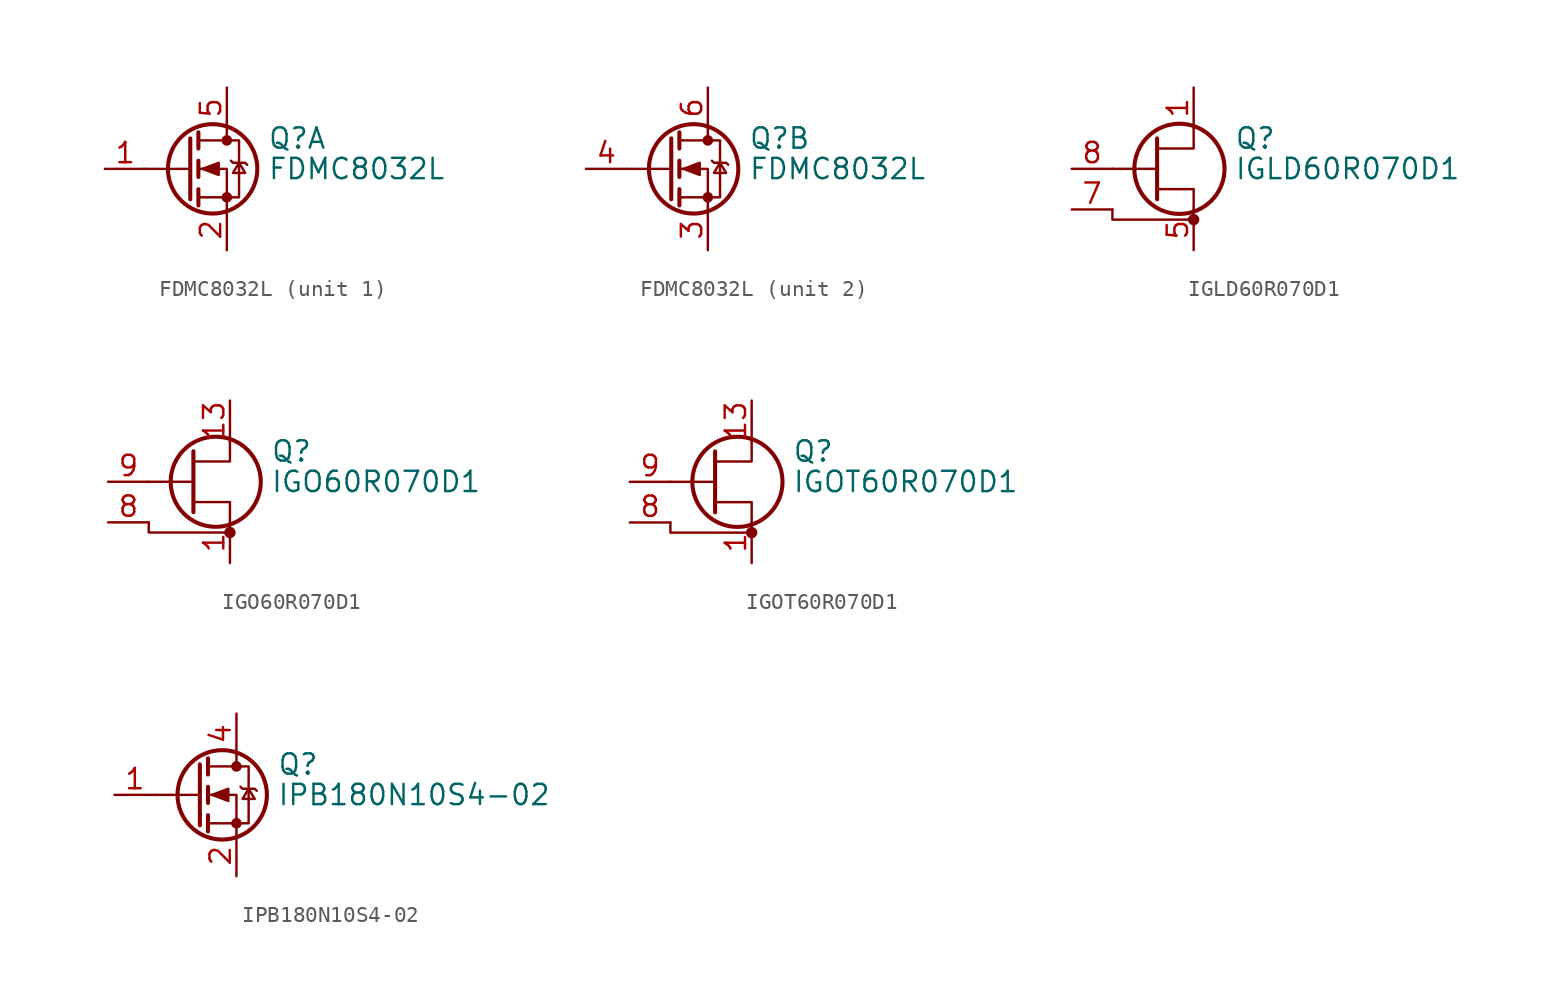
<source format=kicad_sym>
(kicad_symbol_lib
  (version 20241209)
  (generator "kicad_symbol_editor")
  (generator_version "9.0")
  (symbol "FDMC8032L"
    (pin_names
      (hide yes))
    (property "Reference" "Q"
      (at 5.08 1.905 0)
      (effects (font (size 1.27 1.27)) (justify left)))
    (property "Value" "FDMC8032L"
      (at 5.08 0 0)
      (effects (font (size 1.27 1.27)) (justify left)))
    (symbol "FDMC8032L_0_1"
      (polyline (pts (xy 0.254 1.905) (xy 0.254 -1.905)) (stroke (width 0.254) (type default)) (fill (type none)))
      (polyline (pts (xy 0.254 0) (xy -2.54 0)) (stroke (width 0) (type default)) (fill (type none)))
      (polyline (pts (xy 0.762 2.286) (xy 0.762 1.27)) (stroke (width 0.254) (type default)) (fill (type none)))
      (polyline (pts (xy 0.762 0.508) (xy 0.762 -0.508)) (stroke (width 0.254) (type default)) (fill (type none)))
      (polyline (pts (xy 0.762 -1.27) (xy 0.762 -2.286)) (stroke (width 0.254) (type default)) (fill (type none)))
      (polyline (pts (xy 0.762 -1.778) (xy 3.302 -1.778) (xy 3.302 1.778) (xy 0.762 1.778)) (stroke (width 0) (type default)) (fill (type none)))
      (polyline (pts (xy 1.016 0) (xy 2.032 0.381) (xy 2.032 -0.381) (xy 1.016 0)) (stroke (width 0) (type default)) (fill (type outline)))
      (circle (center 1.651 0) (radius 2.794) (stroke (width 0.254) (type default)) (fill (type none)))
      (polyline (pts (xy 2.54 2.54) (xy 2.54 1.778)) (stroke (width 0) (type default)) (fill (type none)))
      (circle (center 2.54 1.778) (radius 0.254) (stroke (width 0) (type default)) (fill (type outline)))
      (circle (center 2.54 -1.778) (radius 0.254) (stroke (width 0) (type default)) (fill (type outline)))
      (polyline (pts (xy 2.54 -2.54) (xy 2.54 0) (xy 0.762 0)) (stroke (width 0) (type default)) (fill (type none)))
      (polyline (pts (xy 2.794 0.508) (xy 2.921 0.381) (xy 3.683 0.381) (xy 3.81 0.254)) (stroke (width 0) (type default)) (fill (type none)))
      (polyline (pts (xy 3.302 0.381) (xy 2.921 -0.254) (xy 3.683 -0.254) (xy 3.302 0.381)) (stroke (width 0) (type default)) (fill (type none))))
    (symbol "FDMC8032L_1_1"
      (pin passive line (at -5.08 0 0) (length 2.54) (name "G1" (effects (font (size 1.27 1.27)))) (number "1" (effects (font (size 1.27 1.27)))))
      (pin passive line (at 2.54 5.08 270) (length 2.54) (name "D1" (effects (font (size 1.27 1.27)))) (number "5" (effects (font (size 1.27 1.27)))))
      (pin passive line (at 2.54 -5.08 90) (length 2.54) (name "S1" (effects (font (size 1.27 1.27)))) (number "2" (effects (font (size 1.27 1.27))))))
    (symbol "FDMC8032L_2_1"
      (pin passive line (at -5.08 0 0) (length 2.54) (name "G2" (effects (font (size 1.27 1.27)))) (number "4" (effects (font (size 1.27 1.27)))))
      (pin passive line (at 2.54 5.08 270) (length 2.54) (name "D2" (effects (font (size 1.27 1.27)))) (number "6" (effects (font (size 1.27 1.27)))))
      (pin passive line (at 2.54 -5.08 90) (length 2.54) (name "S2" (effects (font (size 1.27 1.27)))) (number "3" (effects (font (size 1.27 1.27)))))))
  (symbol "IGLD60R070D1"
    (pin_names
      (offset 0)
      (hide yes))
    (property "Reference" "Q"
      (at 5.08 1.905 0)
      (effects (font (size 1.27 1.27)) (justify left)))
    (property "Value" "IGLD60R070D1"
      (at 5.08 0 0)
      (effects (font (size 1.27 1.27)) (justify left)))
    (symbol "IGLD60R070D1_0_1"
      (polyline (pts (xy -2.54 0) (xy 0.254 0)) (stroke (width 0) (type default)) (fill (type none)))
      (polyline (pts (xy -2.54 -2.54) (xy -2.54 -3.175) (xy 2.54 -3.175)) (stroke (width 0) (type default)) (fill (type none)))
      (polyline (pts (xy 0.254 1.905) (xy 0.254 -1.905) (xy 0.254 -1.905)) (stroke (width 0.254) (type default)) (fill (type none)))
      (polyline (pts (xy 0.254 -1.27) (xy 2.54 -1.27) (xy 2.54 -2.54)) (stroke (width 0) (type default)) (fill (type none)))
      (circle (center 1.651 0) (radius 2.819) (stroke (width 0.254) (type default)) (fill (type none)))
      (polyline (pts (xy 2.54 2.54) (xy 2.54 1.27) (xy 0.254 1.27)) (stroke (width 0) (type default)) (fill (type none)))
      (circle (center 2.54 -3.175) (radius 0.279) (stroke (width 0) (type default)) (fill (type outline))))
    (symbol "IGLD60R070D1_1_1"
      (pin input line (at -5.08 0 0) (length 2.54) (name "G" (effects (font (size 1.27 1.27)))) (number "8" (effects (font (size 1.27 1.27)))))
      (pin passive line (at -5.08 -2.54 0) (length 2.54) (name "SS" (effects (font (size 1.27 1.27)))) (number "7" (effects (font (size 1.27 1.27)))))
      (pin passive line (at 2.54 5.08 270) (length 2.54) (name "D" (effects (font (size 1.27 1.27)))) (number "1" (effects (font (size 1.27 1.27)))))
      (pin passive line (at 2.54 5.08 270) (length 2.54) (hide yes) (name "D" (effects (font (size 1.27 1.27)))) (number "2" (effects (font (size 1.27 1.27)))))
      (pin passive line (at 2.54 5.08 270) (length 2.54) (hide yes) (name "D" (effects (font (size 1.27 1.27)))) (number "3" (effects (font (size 1.27 1.27)))))
      (pin passive line (at 2.54 5.08 270) (length 2.54) (hide yes) (name "D" (effects (font (size 1.27 1.27)))) (number "4" (effects (font (size 1.27 1.27)))))
      (pin passive line (at 2.54 -5.08 90) (length 2.54) (name "S" (effects (font (size 1.27 1.27)))) (number "5" (effects (font (size 1.27 1.27)))))
      (pin passive line (at 2.54 -5.08 90) (length 2.54) (hide yes) (name "S" (effects (font (size 1.27 1.27)))) (number "6" (effects (font (size 1.27 1.27)))))
      (pin passive line (at 2.54 -5.08 90) (length 2.54) (hide yes) (name "S" (effects (font (size 1.27 1.27)))) (number "9" (effects (font (size 1.27 1.27)))))))
  (symbol "IGO60R070D1"
    (pin_names
      (offset 0)
      (hide yes))
    (property "Reference" "Q"
      (at 5.08 1.905 0)
      (effects (font (size 1.27 1.27)) (justify left)))
    (property "Value" "IGO60R070D1"
      (at 5.08 0 0)
      (effects (font (size 1.27 1.27)) (justify left)))
    (symbol "IGO60R070D1_0_1"
      (polyline (pts (xy -2.54 0) (xy 0.254 0)) (stroke (width 0) (type default)) (fill (type none)))
      (polyline (pts (xy -2.54 -2.54) (xy -2.54 -3.175) (xy 2.54 -3.175)) (stroke (width 0) (type default)) (fill (type none)))
      (polyline (pts (xy 0.254 1.905) (xy 0.254 -1.905) (xy 0.254 -1.905)) (stroke (width 0.254) (type default)) (fill (type none)))
      (polyline (pts (xy 0.254 -1.27) (xy 2.54 -1.27) (xy 2.54 -2.54)) (stroke (width 0) (type default)) (fill (type none)))
      (circle (center 1.651 0) (radius 2.819) (stroke (width 0.254) (type default)) (fill (type none)))
      (polyline (pts (xy 2.54 2.54) (xy 2.54 1.27) (xy 0.254 1.27)) (stroke (width 0) (type default)) (fill (type none)))
      (circle (center 2.54 -3.175) (radius 0.279) (stroke (width 0) (type default)) (fill (type outline))))
    (symbol "IGO60R070D1_1_1"
      (pin input line (at -5.08 0 0) (length 2.54) (hide yes) (name "G" (effects (font (size 1.27 1.27)))) (number "10" (effects (font (size 1.27 1.27)))))
      (pin input line (at -5.08 0 0) (length 2.54) (name "G" (effects (font (size 1.27 1.27)))) (number "9" (effects (font (size 1.27 1.27)))))
      (pin passive line (at -5.08 -2.54 0) (length 2.54) (name "SS" (effects (font (size 1.27 1.27)))) (number "8" (effects (font (size 1.27 1.27)))))
      (pin passive line (at 2.54 5.08 270) (length 2.54) (name "D" (effects (font (size 1.27 1.27)))) (number "13" (effects (font (size 1.27 1.27)))))
      (pin passive line (at 2.54 5.08 270) (length 2.54) (hide yes) (name "D" (effects (font (size 1.27 1.27)))) (number "14" (effects (font (size 1.27 1.27)))))
      (pin passive line (at 2.54 5.08 270) (length 2.54) (hide yes) (name "D" (effects (font (size 1.27 1.27)))) (number "15" (effects (font (size 1.27 1.27)))))
      (pin passive line (at 2.54 5.08 270) (length 2.54) (hide yes) (name "D" (effects (font (size 1.27 1.27)))) (number "16" (effects (font (size 1.27 1.27)))))
      (pin passive line (at 2.54 5.08 270) (length 2.54) (hide yes) (name "D" (effects (font (size 1.27 1.27)))) (number "17" (effects (font (size 1.27 1.27)))))
      (pin passive line (at 2.54 5.08 270) (length 2.54) (hide yes) (name "D" (effects (font (size 1.27 1.27)))) (number "18" (effects (font (size 1.27 1.27)))))
      (pin passive line (at 2.54 -5.08 90) (length 2.54) (name "S" (effects (font (size 1.27 1.27)))) (number "1" (effects (font (size 1.27 1.27)))))
      (pin passive line (at 2.54 -5.08 90) (length 2.54) (hide yes) (name "S" (effects (font (size 1.27 1.27)))) (number "2" (effects (font (size 1.27 1.27)))))
      (pin passive line (at 2.54 -5.08 90) (length 2.54) (hide yes) (name "S" (effects (font (size 1.27 1.27)))) (number "21" (effects (font (size 1.27 1.27)))))
      (pin passive line (at 2.54 -5.08 90) (length 2.54) (hide yes) (name "S" (effects (font (size 1.27 1.27)))) (number "3" (effects (font (size 1.27 1.27)))))
      (pin passive line (at 2.54 -5.08 90) (length 2.54) (hide yes) (name "S" (effects (font (size 1.27 1.27)))) (number "4" (effects (font (size 1.27 1.27)))))
      (pin passive line (at 2.54 -5.08 90) (length 2.54) (hide yes) (name "S" (effects (font (size 1.27 1.27)))) (number "5" (effects (font (size 1.27 1.27)))))
      (pin passive line (at 2.54 -5.08 90) (length 2.54) (hide yes) (name "S" (effects (font (size 1.27 1.27)))) (number "6" (effects (font (size 1.27 1.27)))))
      (pin passive line (at 2.54 -5.08 90) (length 2.54) (hide yes) (name "S" (effects (font (size 1.27 1.27)))) (number "7" (effects (font (size 1.27 1.27)))))))
  (symbol "IGOT60R070D1"
    (pin_names
      (offset 0)
      (hide yes))
    (property "Reference" "Q"
      (at 5.08 1.905 0)
      (effects (font (size 1.27 1.27)) (justify left)))
    (property "Value" "IGOT60R070D1"
      (at 5.08 0 0)
      (effects (font (size 1.27 1.27)) (justify left)))
    (symbol "IGOT60R070D1_0_1"
      (polyline (pts (xy -2.54 0) (xy 0.254 0)) (stroke (width 0) (type default)) (fill (type none)))
      (polyline (pts (xy -2.54 -2.54) (xy -2.54 -3.175) (xy 2.54 -3.175)) (stroke (width 0) (type default)) (fill (type none)))
      (polyline (pts (xy 0.254 1.905) (xy 0.254 -1.905) (xy 0.254 -1.905)) (stroke (width 0.254) (type default)) (fill (type none)))
      (polyline (pts (xy 0.254 -1.27) (xy 2.54 -1.27) (xy 2.54 -2.54)) (stroke (width 0) (type default)) (fill (type none)))
      (circle (center 1.651 0) (radius 2.819) (stroke (width 0.254) (type default)) (fill (type none)))
      (polyline (pts (xy 2.54 2.54) (xy 2.54 1.27) (xy 0.254 1.27)) (stroke (width 0) (type default)) (fill (type none)))
      (circle (center 2.54 -3.175) (radius 0.279) (stroke (width 0) (type default)) (fill (type outline))))
    (symbol "IGOT60R070D1_1_1"
      (pin input line (at -5.08 0 0) (length 2.54) (hide yes) (name "G" (effects (font (size 1.27 1.27)))) (number "10" (effects (font (size 1.27 1.27)))))
      (pin input line (at -5.08 0 0) (length 2.54) (name "G" (effects (font (size 1.27 1.27)))) (number "9" (effects (font (size 1.27 1.27)))))
      (pin passive line (at -5.08 -2.54 0) (length 2.54) (name "SS" (effects (font (size 1.27 1.27)))) (number "8" (effects (font (size 1.27 1.27)))))
      (pin passive line (at 2.54 5.08 270) (length 2.54) (name "D" (effects (font (size 1.27 1.27)))) (number "13" (effects (font (size 1.27 1.27)))))
      (pin passive line (at 2.54 5.08 270) (length 2.54) (hide yes) (name "D" (effects (font (size 1.27 1.27)))) (number "14" (effects (font (size 1.27 1.27)))))
      (pin passive line (at 2.54 5.08 270) (length 2.54) (hide yes) (name "D" (effects (font (size 1.27 1.27)))) (number "15" (effects (font (size 1.27 1.27)))))
      (pin passive line (at 2.54 5.08 270) (length 2.54) (hide yes) (name "D" (effects (font (size 1.27 1.27)))) (number "16" (effects (font (size 1.27 1.27)))))
      (pin passive line (at 2.54 5.08 270) (length 2.54) (hide yes) (name "D" (effects (font (size 1.27 1.27)))) (number "17" (effects (font (size 1.27 1.27)))))
      (pin passive line (at 2.54 5.08 270) (length 2.54) (hide yes) (name "D" (effects (font (size 1.27 1.27)))) (number "18" (effects (font (size 1.27 1.27)))))
      (pin passive line (at 2.54 -5.08 90) (length 2.54) (name "S" (effects (font (size 1.27 1.27)))) (number "1" (effects (font (size 1.27 1.27)))))
      (pin passive line (at 2.54 -5.08 90) (length 2.54) (hide yes) (name "S" (effects (font (size 1.27 1.27)))) (number "2" (effects (font (size 1.27 1.27)))))
      (pin passive line (at 2.54 -5.08 90) (length 2.54) (hide yes) (name "S" (effects (font (size 1.27 1.27)))) (number "3" (effects (font (size 1.27 1.27)))))
      (pin passive line (at 2.54 -5.08 90) (length 2.54) (hide yes) (name "S" (effects (font (size 1.27 1.27)))) (number "4" (effects (font (size 1.27 1.27)))))
      (pin passive line (at 2.54 -5.08 90) (length 2.54) (hide yes) (name "S" (effects (font (size 1.27 1.27)))) (number "5" (effects (font (size 1.27 1.27)))))
      (pin passive line (at 2.54 -5.08 90) (length 2.54) (hide yes) (name "S" (effects (font (size 1.27 1.27)))) (number "6" (effects (font (size 1.27 1.27)))))
      (pin passive line (at 2.54 -5.08 90) (length 2.54) (hide yes) (name "S" (effects (font (size 1.27 1.27)))) (number "7" (effects (font (size 1.27 1.27)))))))
  (symbol "IPB180N10S4-02"
    (pin_names
      (hide yes))
    (property "Reference" "Q"
      (at 5.08 1.905 0)
      (effects (font (size 1.27 1.27)) (justify left)))
    (property "Value" "IPB180N10S4-02"
      (at 5.08 0 0)
      (effects (font (size 1.27 1.27)) (justify left)))
    (symbol "IPB180N10S4-02_0_1"
      (polyline (pts (xy 0.254 1.905) (xy 0.254 -1.905)) (stroke (width 0.254) (type default)) (fill (type none)))
      (polyline (pts (xy 0.254 0) (xy -2.54 0)) (stroke (width 0) (type default)) (fill (type none)))
      (polyline (pts (xy 0.762 2.286) (xy 0.762 1.27)) (stroke (width 0.254) (type default)) (fill (type none)))
      (polyline (pts (xy 0.762 0.508) (xy 0.762 -0.508)) (stroke (width 0.254) (type default)) (fill (type none)))
      (polyline (pts (xy 0.762 -1.27) (xy 0.762 -2.286)) (stroke (width 0.254) (type default)) (fill (type none)))
      (polyline (pts (xy 0.762 -1.778) (xy 3.302 -1.778) (xy 3.302 1.778) (xy 0.762 1.778)) (stroke (width 0) (type default)) (fill (type none)))
      (polyline (pts (xy 1.016 0) (xy 2.032 0.381) (xy 2.032 -0.381) (xy 1.016 0)) (stroke (width 0) (type default)) (fill (type outline)))
      (circle (center 1.651 0) (radius 2.794) (stroke (width 0.254) (type default)) (fill (type none)))
      (polyline (pts (xy 2.54 2.54) (xy 2.54 1.778)) (stroke (width 0) (type default)) (fill (type none)))
      (circle (center 2.54 1.778) (radius 0.254) (stroke (width 0) (type default)) (fill (type outline)))
      (circle (center 2.54 -1.778) (radius 0.254) (stroke (width 0) (type default)) (fill (type outline)))
      (polyline (pts (xy 2.54 -2.54) (xy 2.54 0) (xy 0.762 0)) (stroke (width 0) (type default)) (fill (type none)))
      (polyline (pts (xy 2.794 0.508) (xy 2.921 0.381) (xy 3.683 0.381) (xy 3.81 0.254)) (stroke (width 0) (type default)) (fill (type none)))
      (polyline (pts (xy 3.302 0.381) (xy 2.921 -0.254) (xy 3.683 -0.254) (xy 3.302 0.381)) (stroke (width 0) (type default)) (fill (type none))))
    (symbol "IPB180N10S4-02_1_1"
      (pin passive line (at -5.08 0 0) (length 2.54) (name "G" (effects (font (size 1.27 1.27)))) (number "1" (effects (font (size 1.27 1.27)))))
      (pin passive line (at 2.54 5.08 270) (length 2.54) (name "D" (effects (font (size 1.27 1.27)))) (number "4" (effects (font (size 1.27 1.27)))))
      (pin passive line (at 2.54 -5.08 90) (length 2.54) (name "S" (effects (font (size 1.27 1.27)))) (number "2" (effects (font (size 1.27 1.27)))))
      (pin passive line (at 2.54 -5.08 90) (length 2.54) (hide yes) (name "S" (effects (font (size 1.27 1.27)))) (number "3" (effects (font (size 1.27 1.27)))))
      (pin passive line (at 2.54 -5.08 90) (length 2.54) (hide yes) (name "S" (effects (font (size 1.27 1.27)))) (number "5" (effects (font (size 1.27 1.27)))))
      (pin passive line (at 2.54 -5.08 90) (length 2.54) (hide yes) (name "S" (effects (font (size 1.27 1.27)))) (number "6" (effects (font (size 1.27 1.27)))))
      (pin passive line (at 2.54 -5.08 90) (length 2.54) (hide yes) (name "S" (effects (font (size 1.27 1.27)))) (number "7" (effects (font (size 1.27 1.27))))))))
</source>
